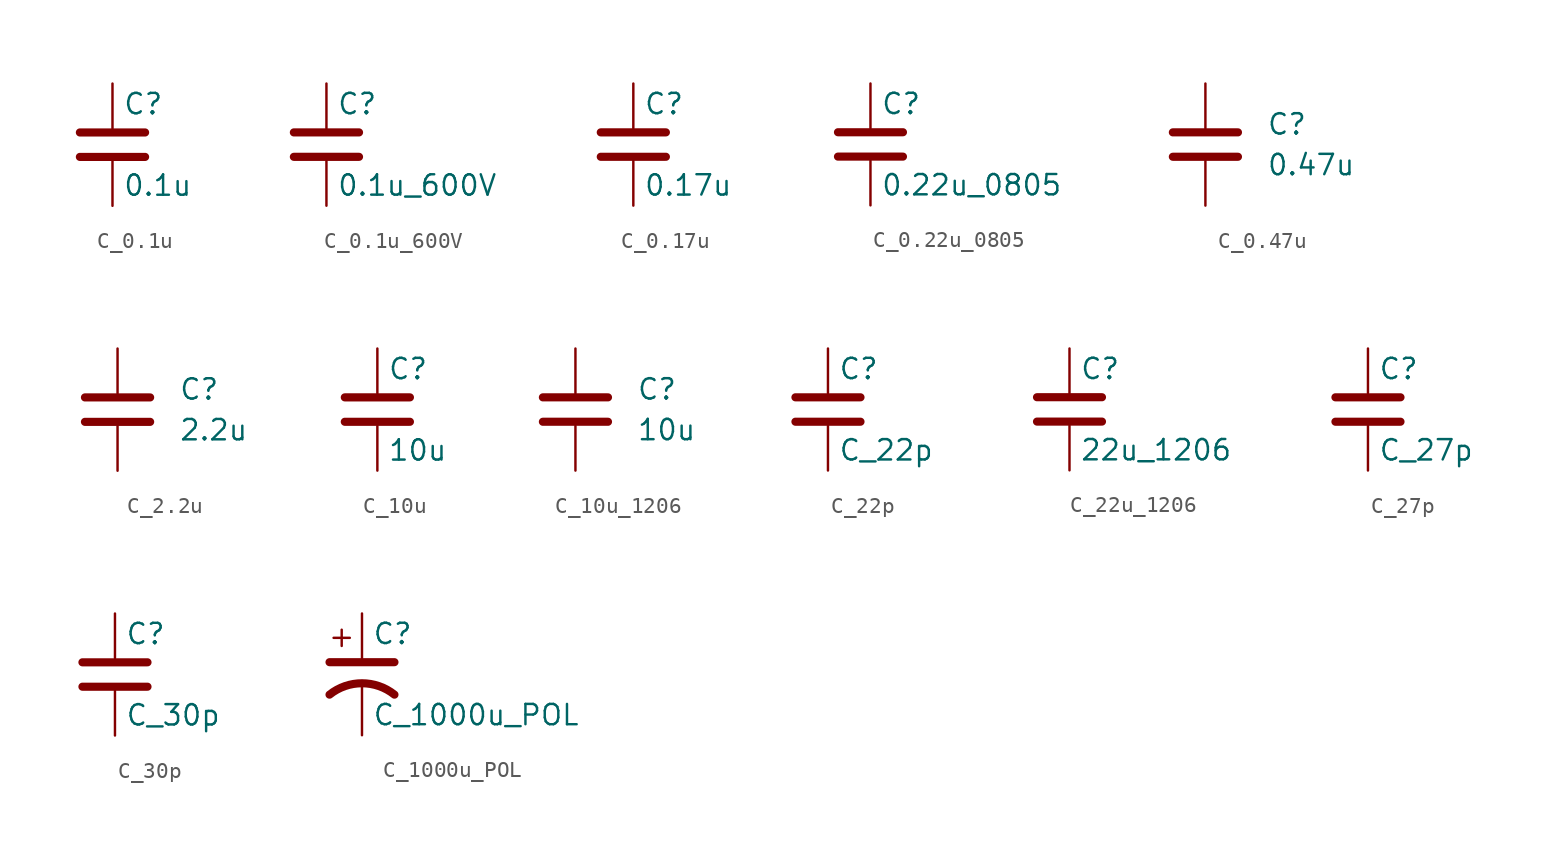
<source format=kicad_sym>
(kicad_symbol_lib
  (version 20241209)
  (generator "kicad_symbol_editor")
  (generator_version "9.0")
  (symbol "C_0.1u"
    (pin_numbers
      (hide yes))
    (pin_names
      (offset 0.254))
    (property "Reference" "C"
      (at 0.635 2.54 0)
      (effects (font (size 1.27 1.27)) (justify left)))
    (property "Value" "0.1u"
      (at 0.635 -2.54 0)
      (effects (font (size 1.27 1.27)) (justify left)))
    (symbol "C_0.1u_0_1"
      (polyline (pts (xy -2.032 0.762) (xy 2.032 0.762)) (stroke (width 0.508) (type default)) (fill (type none)))
      (polyline (pts (xy -2.032 -0.762) (xy 2.032 -0.762)) (stroke (width 0.508) (type default)) (fill (type none))))
    (symbol "C_0.1u_1_1"
      (pin passive line (at 0 3.81 270) (length 2.794) (name "~" (effects (font (size 1.27 1.27)))) (number "1" (effects (font (size 1.27 1.27)))))
      (pin passive line (at 0 -3.81 90) (length 2.794) (name "~" (effects (font (size 1.27 1.27)))) (number "2" (effects (font (size 1.27 1.27)))))))
  (symbol "C_0.1u_600V"
    (pin_numbers
      (hide yes))
    (pin_names
      (offset 0.254))
    (property "Reference" "C"
      (at 0.635 2.54 0)
      (effects (font (size 1.27 1.27)) (justify left)))
    (property "Value" "0.1u_600V"
      (at 0.635 -2.54 0)
      (effects (font (size 1.27 1.27)) (justify left)))
    (symbol "C_0.1u_600V_0_1"
      (polyline (pts (xy -2.032 0.762) (xy 2.032 0.762)) (stroke (width 0.508) (type default)) (fill (type none)))
      (polyline (pts (xy -2.032 -0.762) (xy 2.032 -0.762)) (stroke (width 0.508) (type default)) (fill (type none))))
    (symbol "C_0.1u_600V_1_1"
      (pin passive line (at 0 3.81 270) (length 2.794) (name "~" (effects (font (size 1.27 1.27)))) (number "1" (effects (font (size 1.27 1.27)))))
      (pin passive line (at 0 -3.81 90) (length 2.794) (name "~" (effects (font (size 1.27 1.27)))) (number "2" (effects (font (size 1.27 1.27)))))))
  (symbol "C_0.17u"
    (pin_numbers
      (hide yes))
    (pin_names
      (offset 0.254))
    (property "Reference" "C"
      (at 0.635 2.54 0)
      (effects (font (size 1.27 1.27)) (justify left)))
    (property "Value" "0.17u"
      (at 0.635 -2.54 0)
      (effects (font (size 1.27 1.27)) (justify left)))
    (symbol "C_0.17u_0_1"
      (polyline (pts (xy -2.032 0.762) (xy 2.032 0.762)) (stroke (width 0.508) (type default)) (fill (type none)))
      (polyline (pts (xy -2.032 -0.762) (xy 2.032 -0.762)) (stroke (width 0.508) (type default)) (fill (type none))))
    (symbol "C_0.17u_1_1"
      (pin passive line (at 0 3.81 270) (length 2.794) (name "~" (effects (font (size 1.27 1.27)))) (number "1" (effects (font (size 1.27 1.27)))))
      (pin passive line (at 0 -3.81 90) (length 2.794) (name "~" (effects (font (size 1.27 1.27)))) (number "2" (effects (font (size 1.27 1.27)))))))
  (symbol "C_0.22u_0805"
    (pin_numbers
      (hide yes))
    (pin_names
      (offset 0.254))
    (property "Reference" "C"
      (at 0.635 2.54 0)
      (effects (font (size 1.27 1.27)) (justify left)))
    (property "Value" "0.22u_0805"
      (at 0.635 -2.54 0)
      (effects (font (size 1.27 1.27)) (justify left)))
    (symbol "C_0.22u_0805_0_1"
      (polyline (pts (xy -2.032 0.762) (xy 2.032 0.762)) (stroke (width 0.508) (type default)) (fill (type none)))
      (polyline (pts (xy -2.032 -0.762) (xy 2.032 -0.762)) (stroke (width 0.508) (type default)) (fill (type none))))
    (symbol "C_0.22u_0805_1_1"
      (pin passive line (at 0 3.81 270) (length 2.794) (name "~" (effects (font (size 1.27 1.27)))) (number "1" (effects (font (size 1.27 1.27)))))
      (pin passive line (at 0 -3.81 90) (length 2.794) (name "~" (effects (font (size 1.27 1.27)))) (number "2" (effects (font (size 1.27 1.27)))))))
  (symbol "C_0.47u"
    (pin_numbers
      (hide yes))
    (pin_names
      (offset 0.254))
    (property "Reference" "C"
      (at 3.81 1.27 0)
      (effects (font (size 1.27 1.27)) (justify left)))
    (property "Value" "0.47u"
      (at 3.81 -1.27 0)
      (effects (font (size 1.27 1.27)) (justify left)))
    (symbol "C_0.47u_0_1"
      (polyline (pts (xy -2.032 0.762) (xy 2.032 0.762)) (stroke (width 0.508) (type default)) (fill (type none)))
      (polyline (pts (xy -2.032 -0.762) (xy 2.032 -0.762)) (stroke (width 0.508) (type default)) (fill (type none))))
    (symbol "C_0.47u_1_1"
      (pin passive line (at 0 3.81 270) (length 2.794) (name "~" (effects (font (size 1.27 1.27)))) (number "1" (effects (font (size 1.27 1.27)))))
      (pin passive line (at 0 -3.81 90) (length 2.794) (name "~" (effects (font (size 1.27 1.27)))) (number "2" (effects (font (size 1.27 1.27)))))))
  (symbol "C_2.2u"
    (pin_numbers
      (hide yes))
    (pin_names
      (offset 0.254))
    (property "Reference" "C"
      (at 3.81 1.27 0)
      (effects (font (size 1.27 1.27)) (justify left)))
    (property "Value" "2.2u"
      (at 3.81 -1.27 0)
      (effects (font (size 1.27 1.27)) (justify left)))
    (symbol "C_2.2u_0_1"
      (polyline (pts (xy -2.032 0.762) (xy 2.032 0.762)) (stroke (width 0.508) (type default)) (fill (type none)))
      (polyline (pts (xy -2.032 -0.762) (xy 2.032 -0.762)) (stroke (width 0.508) (type default)) (fill (type none))))
    (symbol "C_2.2u_1_1"
      (pin passive line (at 0 3.81 270) (length 2.794) (name "~" (effects (font (size 1.27 1.27)))) (number "1" (effects (font (size 1.27 1.27)))))
      (pin passive line (at 0 -3.81 90) (length 2.794) (name "~" (effects (font (size 1.27 1.27)))) (number "2" (effects (font (size 1.27 1.27)))))))
  (symbol "C_10u"
    (pin_numbers
      (hide yes))
    (pin_names
      (offset 0.254))
    (property "Reference" "C"
      (at 0.635 2.54 0)
      (effects (font (size 1.27 1.27)) (justify left)))
    (property "Value" "10u"
      (at 0.635 -2.54 0)
      (effects (font (size 1.27 1.27)) (justify left)))
    (symbol "C_10u_0_1"
      (polyline (pts (xy -2.032 0.762) (xy 2.032 0.762)) (stroke (width 0.508) (type default)) (fill (type none)))
      (polyline (pts (xy -2.032 -0.762) (xy 2.032 -0.762)) (stroke (width 0.508) (type default)) (fill (type none))))
    (symbol "C_10u_1_1"
      (pin passive line (at 0 3.81 270) (length 2.794) (name "~" (effects (font (size 1.27 1.27)))) (number "1" (effects (font (size 1.27 1.27)))))
      (pin passive line (at 0 -3.81 90) (length 2.794) (name "~" (effects (font (size 1.27 1.27)))) (number "2" (effects (font (size 1.27 1.27)))))))
  (symbol "C_10u_1206"
    (pin_numbers
      (hide yes))
    (pin_names
      (offset 0.254))
    (property "Reference" "C"
      (at 3.81 1.27 0)
      (effects (font (size 1.27 1.27)) (justify left)))
    (property "Value" "10u"
      (at 3.81 -1.27 0)
      (effects (font (size 1.27 1.27)) (justify left)))
    (symbol "C_10u_1206_0_1"
      (polyline (pts (xy -2.032 0.762) (xy 2.032 0.762)) (stroke (width 0.508) (type default)) (fill (type none)))
      (polyline (pts (xy -2.032 -0.762) (xy 2.032 -0.762)) (stroke (width 0.508) (type default)) (fill (type none))))
    (symbol "C_10u_1206_1_1"
      (pin passive line (at 0 3.81 270) (length 2.794) (name "~" (effects (font (size 1.27 1.27)))) (number "1" (effects (font (size 1.27 1.27)))))
      (pin passive line (at 0 -3.81 90) (length 2.794) (name "~" (effects (font (size 1.27 1.27)))) (number "2" (effects (font (size 1.27 1.27)))))))
  (symbol "C_22p"
    (pin_numbers
      (hide yes))
    (pin_names
      (offset 0.254))
    (property "Reference" "C"
      (at 0.635 2.54 0)
      (effects (font (size 1.27 1.27)) (justify left)))
    (property "Value" "C_22p"
      (at 0.635 -2.54 0)
      (effects (font (size 1.27 1.27)) (justify left)))
    (symbol "C_22p_0_1"
      (polyline (pts (xy -2.032 0.762) (xy 2.032 0.762)) (stroke (width 0.508) (type default)) (fill (type none)))
      (polyline (pts (xy -2.032 -0.762) (xy 2.032 -0.762)) (stroke (width 0.508) (type default)) (fill (type none))))
    (symbol "C_22p_1_1"
      (pin passive line (at 0 3.81 270) (length 2.794) (name "~" (effects (font (size 1.27 1.27)))) (number "1" (effects (font (size 1.27 1.27)))))
      (pin passive line (at 0 -3.81 90) (length 2.794) (name "~" (effects (font (size 1.27 1.27)))) (number "2" (effects (font (size 1.27 1.27)))))))
  (symbol "C_22u_1206"
    (pin_numbers
      (hide yes))
    (pin_names
      (offset 0.254))
    (property "Reference" "C"
      (at 0.635 2.54 0)
      (effects (font (size 1.27 1.27)) (justify left)))
    (property "Value" "22u_1206"
      (at 0.635 -2.54 0)
      (effects (font (size 1.27 1.27)) (justify left)))
    (symbol "C_22u_1206_0_1"
      (polyline (pts (xy -2.032 0.762) (xy 2.032 0.762)) (stroke (width 0.508) (type default)) (fill (type none)))
      (polyline (pts (xy -2.032 -0.762) (xy 2.032 -0.762)) (stroke (width 0.508) (type default)) (fill (type none))))
    (symbol "C_22u_1206_1_1"
      (pin passive line (at 0 3.81 270) (length 2.794) (name "~" (effects (font (size 1.27 1.27)))) (number "1" (effects (font (size 1.27 1.27)))))
      (pin passive line (at 0 -3.81 90) (length 2.794) (name "~" (effects (font (size 1.27 1.27)))) (number "2" (effects (font (size 1.27 1.27)))))))
  (symbol "C_27p"
    (pin_numbers
      (hide yes))
    (pin_names
      (offset 0.254))
    (property "Reference" "C"
      (at 0.635 2.54 0)
      (effects (font (size 1.27 1.27)) (justify left)))
    (property "Value" "C_27p"
      (at 0.635 -2.54 0)
      (effects (font (size 1.27 1.27)) (justify left)))
    (symbol "C_27p_0_1"
      (polyline (pts (xy -2.032 0.762) (xy 2.032 0.762)) (stroke (width 0.508) (type default)) (fill (type none)))
      (polyline (pts (xy -2.032 -0.762) (xy 2.032 -0.762)) (stroke (width 0.508) (type default)) (fill (type none))))
    (symbol "C_27p_1_1"
      (pin passive line (at 0 3.81 270) (length 2.794) (name "~" (effects (font (size 1.27 1.27)))) (number "1" (effects (font (size 1.27 1.27)))))
      (pin passive line (at 0 -3.81 90) (length 2.794) (name "~" (effects (font (size 1.27 1.27)))) (number "2" (effects (font (size 1.27 1.27)))))))
  (symbol "C_30p"
    (pin_numbers
      (hide yes))
    (pin_names
      (offset 0.254))
    (property "Reference" "C"
      (at 0.635 2.54 0)
      (effects (font (size 1.27 1.27)) (justify left)))
    (property "Value" "C_30p"
      (at 0.635 -2.54 0)
      (effects (font (size 1.27 1.27)) (justify left)))
    (symbol "C_30p_0_1"
      (polyline (pts (xy -2.032 0.762) (xy 2.032 0.762)) (stroke (width 0.508) (type default)) (fill (type none)))
      (polyline (pts (xy -2.032 -0.762) (xy 2.032 -0.762)) (stroke (width 0.508) (type default)) (fill (type none))))
    (symbol "C_30p_1_1"
      (pin passive line (at 0 3.81 270) (length 2.794) (name "~" (effects (font (size 1.27 1.27)))) (number "1" (effects (font (size 1.27 1.27)))))
      (pin passive line (at 0 -3.81 90) (length 2.794) (name "~" (effects (font (size 1.27 1.27)))) (number "2" (effects (font (size 1.27 1.27)))))))
  (symbol "C_1000u_POL"
    (pin_numbers
      (hide yes))
    (pin_names
      (offset 0.254)
      (hide yes))
    (property "Reference" "C"
      (at 0.635 2.54 0)
      (effects (font (size 1.27 1.27)) (justify left)))
    (property "Value" "C_1000u_POL"
      (at 0.635 -2.54 0)
      (effects (font (size 1.27 1.27)) (justify left)))
    (symbol "C_1000u_POL_0_1"
      (polyline (pts (xy -2.032 0.762) (xy 2.032 0.762)) (stroke (width 0.508) (type default)) (fill (type none)))
      (polyline (pts (xy -1.778 2.286) (xy -0.762 2.286)) (stroke (width 0) (type default)) (fill (type none)))
      (polyline (pts (xy -1.27 1.778) (xy -1.27 2.794)) (stroke (width 0) (type default)) (fill (type none)))
      (arc (start -2.032 -1.27) (mid 0 -0.5572) (end 2.032 -1.27) (stroke (width 0.508) (type default)) (fill (type none))))
    (symbol "C_1000u_POL_1_1"
      (pin passive line (at 0 3.81 270) (length 2.794) (name "~" (effects (font (size 1.27 1.27)))) (number "1" (effects (font (size 1.27 1.27)))))
      (pin passive line (at 0 -3.81 90) (length 3.302) (name "~" (effects (font (size 1.27 1.27)))) (number "2" (effects (font (size 1.27 1.27))))))))
</source>
